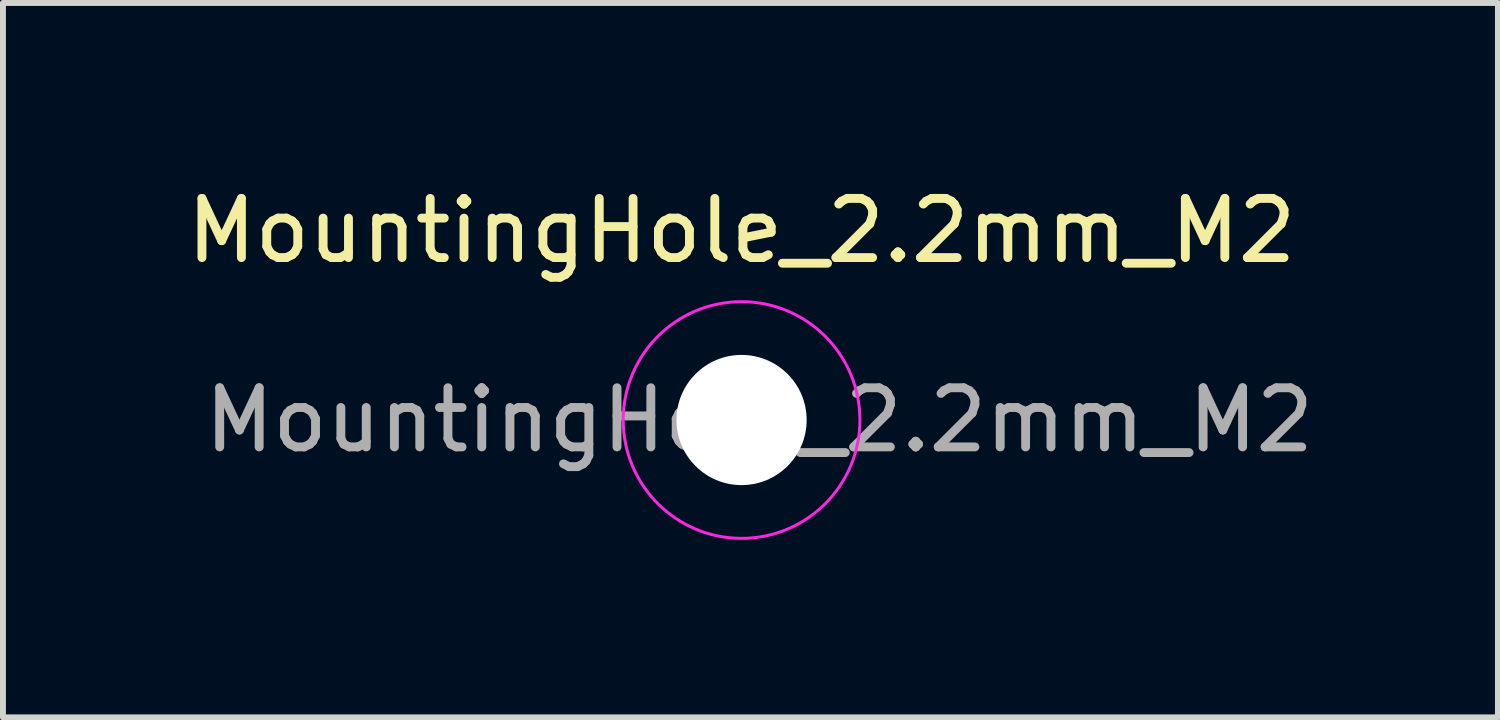
<source format=kicad_pcb>
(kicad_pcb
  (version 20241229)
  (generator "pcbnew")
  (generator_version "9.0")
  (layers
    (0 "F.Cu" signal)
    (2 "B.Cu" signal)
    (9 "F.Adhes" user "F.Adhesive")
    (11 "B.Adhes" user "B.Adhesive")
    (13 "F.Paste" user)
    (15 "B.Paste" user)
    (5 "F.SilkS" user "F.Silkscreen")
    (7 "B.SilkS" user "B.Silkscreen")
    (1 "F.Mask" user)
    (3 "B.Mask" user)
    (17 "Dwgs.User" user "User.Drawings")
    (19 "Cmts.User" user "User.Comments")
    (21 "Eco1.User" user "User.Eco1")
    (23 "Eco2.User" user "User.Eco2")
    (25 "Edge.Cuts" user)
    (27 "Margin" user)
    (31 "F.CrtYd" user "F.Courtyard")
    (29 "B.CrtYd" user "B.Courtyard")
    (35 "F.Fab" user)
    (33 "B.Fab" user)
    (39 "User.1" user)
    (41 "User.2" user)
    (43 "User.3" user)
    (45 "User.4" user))
  (footprint "MountingHole_2.2mm_M2"
    (layer "F.Cu")
    (at 9.482 4.048)
    (property "Reference" "MountingHole_2.2mm_M2" (at 0 -3.2 0) (layer "F.SilkS") (effects (font (size 1 1) (thickness 0.15))))
    (attr exclude_from_pos_files exclude_from_bom)
    (fp_circle (center 0 0) (end 2 0) (stroke (width 0.05) (type solid)) (fill no) (layer "F.CrtYd"))
    (fp_text user "${REFERENCE}" (at 0.3 0 0) (layer "F.Fab") (effects (font (size 1 1) (thickness 0.15))))
    (pad "" np_thru_hole circle (at 0 0) (size 2.2 2.2) (drill 2.2) (layers "*.Cu" "*.Mask")))
  (gr_rect
    (start -3 -3)
    (end 22.264 9.073)
    (stroke (width 0.1) (type default))
    (fill no)
    (layer "Edge.Cuts")))
</source>
